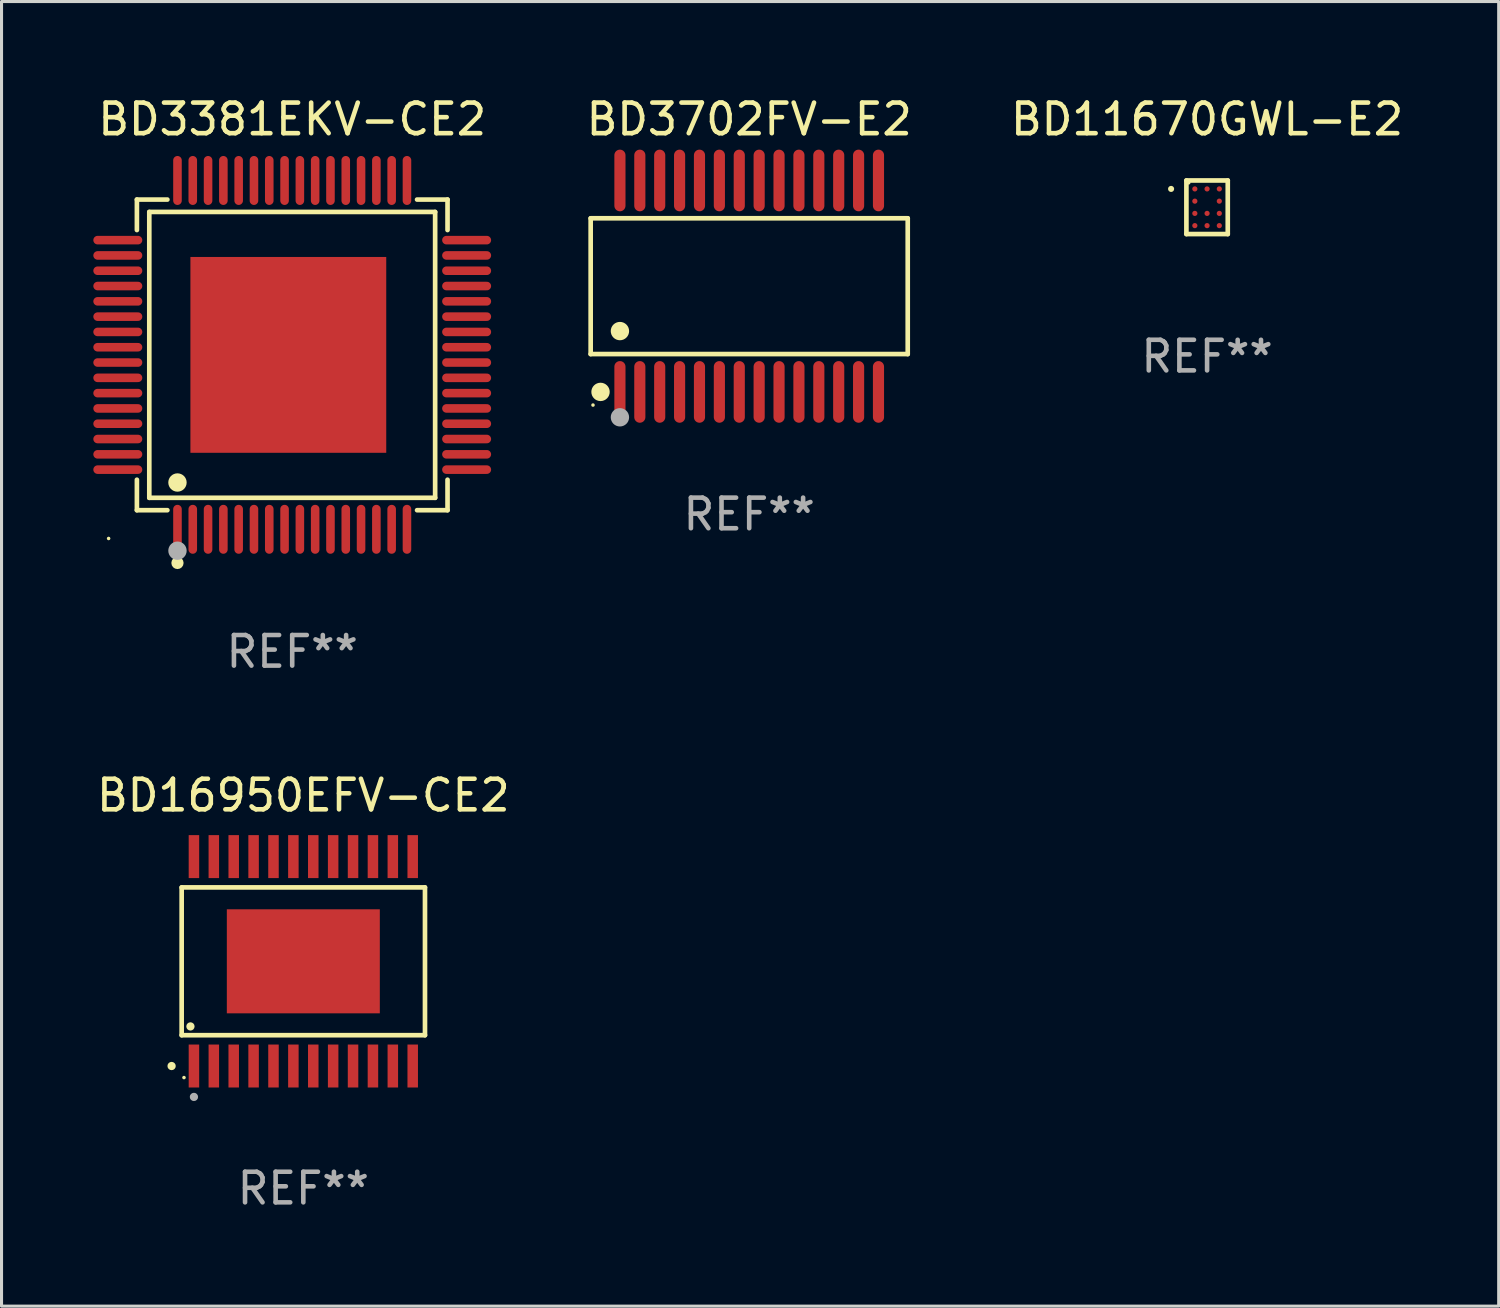
<source format=kicad_pcb>
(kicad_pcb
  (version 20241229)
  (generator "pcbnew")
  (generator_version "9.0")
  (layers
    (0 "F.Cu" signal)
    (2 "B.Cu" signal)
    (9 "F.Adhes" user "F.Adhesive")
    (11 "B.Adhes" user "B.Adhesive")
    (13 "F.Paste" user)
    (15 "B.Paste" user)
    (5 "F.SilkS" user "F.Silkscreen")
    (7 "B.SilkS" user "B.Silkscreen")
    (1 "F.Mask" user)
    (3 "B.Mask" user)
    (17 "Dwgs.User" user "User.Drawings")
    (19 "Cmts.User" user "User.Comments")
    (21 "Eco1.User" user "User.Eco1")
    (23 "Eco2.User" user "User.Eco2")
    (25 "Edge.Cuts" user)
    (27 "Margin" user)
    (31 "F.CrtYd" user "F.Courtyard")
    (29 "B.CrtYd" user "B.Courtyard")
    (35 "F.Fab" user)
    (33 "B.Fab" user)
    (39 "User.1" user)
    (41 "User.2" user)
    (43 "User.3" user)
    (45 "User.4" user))
  (footprint "BD16950EFV-CE2"
    (layer "F.Cu")
    (at 6.863 28.367)
    (property "Reference" "BD16950EFV-CE2" (at 0 -5.422 0) (layer "F.SilkS") (effects (font (size 1 1) (thickness 0.15))))
    (attr through_hole)
    (fp_line (start -3.976 -2.415) (end 3.976 -2.415) (stroke (width 0.152) (type solid)) (layer "F.SilkS"))
    (fp_line (start -3.976 2.415) (end -3.976 -2.415) (stroke (width 0.152) (type solid)) (layer "F.SilkS"))
    (fp_line (start 3.976 -2.415) (end 3.976 2.415) (stroke (width 0.152) (type solid)) (layer "F.SilkS"))
    (fp_line (start 3.976 2.415) (end -3.976 2.415) (stroke (width 0.152) (type solid)) (layer "F.SilkS"))
    (fp_circle (center -4.305 3.422) (end -4.237 3.422) (stroke (width 0.135) (type solid)) (fill no) (layer "F.SilkS"))
    (fp_circle (center -3.9 3.8) (end -3.87 3.8) (stroke (width 0.06) (type solid)) (fill no) (layer "F.SilkS"))
    (fp_circle (center -3.689 2.128) (end -3.621 2.128) (stroke (width 0.135) (type solid)) (fill no) (layer "F.SilkS"))
    (fp_circle (center -3.575 4.432) (end -3.507 4.432) (stroke (width 0.135) (type solid)) (fill no) (layer "F.Fab"))
    (fp_text user "REF**" (at 0 7.422 0) (layer "F.Fab") (effects (font (size 1 1) (thickness 0.15))))
    (pad "1" smd rect (at -3.575 3.422) (size 0.343 1.404) (layers "F.Cu" "F.Mask" "F.Paste"))
    (pad "2" smd rect (at -2.925 3.422) (size 0.343 1.404) (layers "F.Cu" "F.Mask" "F.Paste"))
    (pad "3" smd rect (at -2.275 3.422) (size 0.343 1.404) (layers "F.Cu" "F.Mask" "F.Paste"))
    (pad "4" smd rect (at -1.625 3.422) (size 0.343 1.404) (layers "F.Cu" "F.Mask" "F.Paste"))
    (pad "5" smd rect (at -0.975 3.422) (size 0.343 1.404) (layers "F.Cu" "F.Mask" "F.Paste"))
    (pad "6" smd rect (at -0.325 3.422) (size 0.343 1.404) (layers "F.Cu" "F.Mask" "F.Paste"))
    (pad "7" smd rect (at 0.325 3.422) (size 0.343 1.404) (layers "F.Cu" "F.Mask" "F.Paste"))
    (pad "8" smd rect (at 0.975 3.422) (size 0.343 1.404) (layers "F.Cu" "F.Mask" "F.Paste"))
    (pad "9" smd rect (at 1.625 3.422) (size 0.343 1.404) (layers "F.Cu" "F.Mask" "F.Paste"))
    (pad "10" smd rect (at 2.275 3.422) (size 0.343 1.404) (layers "F.Cu" "F.Mask" "F.Paste"))
    (pad "11" smd rect (at 2.925 3.422) (size 0.343 1.404) (layers "F.Cu" "F.Mask" "F.Paste"))
    (pad "12" smd rect (at 3.575 3.422) (size 0.343 1.404) (layers "F.Cu" "F.Mask" "F.Paste"))
    (pad "13" smd rect (at 3.575 -3.422) (size 0.343 1.404) (layers "F.Cu" "F.Mask" "F.Paste"))
    (pad "14" smd rect (at 2.925 -3.422) (size 0.343 1.404) (layers "F.Cu" "F.Mask" "F.Paste"))
    (pad "15" smd rect (at 2.275 -3.422) (size 0.343 1.404) (layers "F.Cu" "F.Mask" "F.Paste"))
    (pad "16" smd rect (at 1.625 -3.422) (size 0.343 1.404) (layers "F.Cu" "F.Mask" "F.Paste"))
    (pad "17" smd rect (at 0.975 -3.422) (size 0.343 1.404) (layers "F.Cu" "F.Mask" "F.Paste"))
    (pad "18" smd rect (at 0.325 -3.422) (size 0.343 1.404) (layers "F.Cu" "F.Mask" "F.Paste"))
    (pad "19" smd rect (at -0.325 -3.422) (size 0.343 1.404) (layers "F.Cu" "F.Mask" "F.Paste"))
    (pad "20" smd rect (at -0.975 -3.422) (size 0.343 1.404) (layers "F.Cu" "F.Mask" "F.Paste"))
    (pad "21" smd rect (at -1.625 -3.422) (size 0.343 1.404) (layers "F.Cu" "F.Mask" "F.Paste"))
    (pad "22" smd rect (at -2.275 -3.422) (size 0.343 1.404) (layers "F.Cu" "F.Mask" "F.Paste"))
    (pad "23" smd rect (at -2.925 -3.422) (size 0.343 1.404) (layers "F.Cu" "F.Mask" "F.Paste"))
    (pad "24" smd rect (at -3.575 -3.422) (size 0.343 1.404) (layers "F.Cu" "F.Mask" "F.Paste"))
    (pad "25" smd rect (at 0 0) (size 5 3.4) (layers "F.Cu" "F.Mask" "F.Paste")))
  (footprint "BD3702FV-E2"
    (layer "F.Cu")
    (at 21.435 6.303)
    (property "Reference" "BD3702FV-E2" (at 0 -5.455 0) (layer "F.SilkS") (effects (font (size 1 1) (thickness 0.15))))
    (attr through_hole)
    (fp_line (start -5.181 -2.219) (end 5.181 -2.219) (stroke (width 0.152) (type solid)) (layer "F.SilkS"))
    (fp_line (start -5.181 2.219) (end -5.181 -2.219) (stroke (width 0.152) (type solid)) (layer "F.SilkS"))
    (fp_line (start 5.181 -2.219) (end 5.181 2.219) (stroke (width 0.152) (type solid)) (layer "F.SilkS"))
    (fp_line (start 5.181 2.219) (end -5.181 2.219) (stroke (width 0.152) (type solid)) (layer "F.SilkS"))
    (fp_circle (center -5.105 3.885) (end -5.075 3.885) (stroke (width 0.06) (type solid)) (fill no) (layer "F.SilkS"))
    (fp_circle (center -4.859 3.455) (end -4.709 3.455) (stroke (width 0.3) (type solid)) (fill no) (layer "F.SilkS"))
    (fp_circle (center -4.225 1.467) (end -4.075 1.467) (stroke (width 0.3) (type solid)) (fill no) (layer "F.SilkS"))
    (fp_circle (center -4.225 4.285) (end -4.075 4.285) (stroke (width 0.3) (type solid)) (fill no) (layer "F.Fab"))
    (fp_text user "REF**" (at 0 7.455 0) (layer "F.Fab") (effects (font (size 1 1) (thickness 0.15))))
    (pad "1" smd oval (at -4.225 3.455) (size 0.364 2.015) (layers "F.Cu" "F.Mask" "F.Paste"))
    (pad "2" smd oval (at -3.575 3.455) (size 0.364 2.015) (layers "F.Cu" "F.Mask" "F.Paste"))
    (pad "3" smd oval (at -2.925 3.455) (size 0.364 2.015) (layers "F.Cu" "F.Mask" "F.Paste"))
    (pad "4" smd oval (at -2.275 3.455) (size 0.364 2.015) (layers "F.Cu" "F.Mask" "F.Paste"))
    (pad "5" smd oval (at -1.625 3.455) (size 0.364 2.015) (layers "F.Cu" "F.Mask" "F.Paste"))
    (pad "6" smd oval (at -0.975 3.455) (size 0.364 2.015) (layers "F.Cu" "F.Mask" "F.Paste"))
    (pad "7" smd oval (at -0.325 3.455) (size 0.364 2.015) (layers "F.Cu" "F.Mask" "F.Paste"))
    (pad "8" smd oval (at 0.325 3.455) (size 0.364 2.015) (layers "F.Cu" "F.Mask" "F.Paste"))
    (pad "9" smd oval (at 0.975 3.455) (size 0.364 2.015) (layers "F.Cu" "F.Mask" "F.Paste"))
    (pad "10" smd oval (at 1.625 3.455) (size 0.364 2.015) (layers "F.Cu" "F.Mask" "F.Paste"))
    (pad "11" smd oval (at 2.275 3.455) (size 0.364 2.015) (layers "F.Cu" "F.Mask" "F.Paste"))
    (pad "12" smd oval (at 2.925 3.455) (size 0.364 2.015) (layers "F.Cu" "F.Mask" "F.Paste"))
    (pad "13" smd oval (at 3.575 3.455) (size 0.364 2.015) (layers "F.Cu" "F.Mask" "F.Paste"))
    (pad "14" smd oval (at 4.225 3.455) (size 0.364 2.015) (layers "F.Cu" "F.Mask" "F.Paste"))
    (pad "15" smd oval (at 4.225 -3.455) (size 0.364 2.015) (layers "F.Cu" "F.Mask" "F.Paste"))
    (pad "16" smd oval (at 3.575 -3.455) (size 0.364 2.015) (layers "F.Cu" "F.Mask" "F.Paste"))
    (pad "17" smd oval (at 2.925 -3.455) (size 0.364 2.015) (layers "F.Cu" "F.Mask" "F.Paste"))
    (pad "18" smd oval (at 2.275 -3.455) (size 0.364 2.015) (layers "F.Cu" "F.Mask" "F.Paste"))
    (pad "19" smd oval (at 1.625 -3.455) (size 0.364 2.015) (layers "F.Cu" "F.Mask" "F.Paste"))
    (pad "20" smd oval (at 0.975 -3.455) (size 0.364 2.015) (layers "F.Cu" "F.Mask" "F.Paste"))
    (pad "21" smd oval (at 0.325 -3.455) (size 0.364 2.015) (layers "F.Cu" "F.Mask" "F.Paste"))
    (pad "22" smd oval (at -0.325 -3.455) (size 0.364 2.015) (layers "F.Cu" "F.Mask" "F.Paste"))
    (pad "23" smd oval (at -0.975 -3.455) (size 0.364 2.015) (layers "F.Cu" "F.Mask" "F.Paste"))
    (pad "24" smd oval (at -1.625 -3.455) (size 0.364 2.015) (layers "F.Cu" "F.Mask" "F.Paste"))
    (pad "25" smd oval (at -2.275 -3.455) (size 0.364 2.015) (layers "F.Cu" "F.Mask" "F.Paste"))
    (pad "26" smd oval (at -2.925 -3.455) (size 0.364 2.015) (layers "F.Cu" "F.Mask" "F.Paste"))
    (pad "27" smd oval (at -3.575 -3.455) (size 0.364 2.015) (layers "F.Cu" "F.Mask" "F.Paste"))
    (pad "28" smd oval (at -4.225 -3.455) (size 0.364 2.015) (layers "F.Cu" "F.Mask" "F.Paste")))
  (footprint "BD11670GWL-E2"
    (layer "F.Cu")
    (at 36.399 3.724)
    (property "Reference" "BD11670GWL-E2" (at 0 -2.876 0) (layer "F.SilkS") (effects (font (size 1 1) (thickness 0.15))))
    (attr through_hole)
    (fp_line (start -0.676 -0.876) (end 0.676 -0.876) (stroke (width 0.152) (type solid)) (layer "F.SilkS"))
    (fp_line (start -0.676 0.876) (end -0.676 -0.876) (stroke (width 0.152) (type solid)) (layer "F.SilkS"))
    (fp_line (start 0.676 -0.876) (end 0.676 0.876) (stroke (width 0.152) (type solid)) (layer "F.SilkS"))
    (fp_line (start 0.676 0.876) (end -0.676 0.876) (stroke (width 0.152) (type solid)) (layer "F.SilkS"))
    (fp_circle (center -1.176 -0.6) (end -1.126 -0.6) (stroke (width 0.1) (type solid)) (fill no) (layer "F.SilkS"))
    (fp_circle (center -0.6 -0.8) (end -0.57 -0.8) (stroke (width 0.06) (type solid)) (fill no) (layer "F.SilkS"))
    (fp_text user "REF**" (at 0 4.876 0) (layer "F.Fab") (effects (font (size 1 1) (thickness 0.15))))
    (pad "A1" smd circle (at -0.4 -0.6) (size 0.17 0.17) (layers "F.Cu" "F.Mask" "F.Paste"))
    (pad "A2" smd circle (at 0 -0.6) (size 0.17 0.17) (layers "F.Cu" "F.Mask" "F.Paste"))
    (pad "A3" smd circle (at 0.4 -0.6) (size 0.17 0.17) (layers "F.Cu" "F.Mask" "F.Paste"))
    (pad "B1" smd circle (at -0.4 -0.2) (size 0.17 0.17) (layers "F.Cu" "F.Mask" "F.Paste"))
    (pad "B3" smd circle (at 0.4 -0.2) (size 0.17 0.17) (layers "F.Cu" "F.Mask" "F.Paste"))
    (pad "C1" smd circle (at -0.4 0.2) (size 0.17 0.17) (layers "F.Cu" "F.Mask" "F.Paste"))
    (pad "C2" smd circle (at 0 0.2) (size 0.17 0.17) (layers "F.Cu" "F.Mask" "F.Paste"))
    (pad "C3" smd circle (at 0.4 0.2) (size 0.17 0.17) (layers "F.Cu" "F.Mask" "F.Paste"))
    (pad "D1" smd circle (at -0.4 0.6) (size 0.17 0.17) (layers "F.Cu" "F.Mask" "F.Paste"))
    (pad "D2" smd circle (at 0 0.6) (size 0.17 0.17) (layers "F.Cu" "F.Mask" "F.Paste"))
    (pad "D3" smd circle (at 0.4 0.6) (size 0.17 0.17) (layers "F.Cu" "F.Mask" "F.Paste")))
  (footprint "BD3381EKV-CE2"
    (layer "F.Cu")
    (at 6.5 8.548)
    (property "Reference" "BD3381EKV-CE2" (at 0 -7.7 0) (layer "F.SilkS") (effects (font (size 1 1) (thickness 0.15))))
    (attr through_hole)
    (fp_line (start -5.076 -5.076) (end -4.08 -5.076) (stroke (width 0.152) (type solid)) (layer "F.SilkS"))
    (fp_line (start -5.076 -4.08) (end -5.076 -5.076) (stroke (width 0.152) (type solid)) (layer "F.SilkS"))
    (fp_line (start -5.076 4.08) (end -5.076 5.076) (stroke (width 0.152) (type solid)) (layer "F.SilkS"))
    (fp_line (start -5.076 5.076) (end -4.08 5.076) (stroke (width 0.152) (type solid)) (layer "F.SilkS"))
    (fp_line (start -4.671 -4.671) (end 4.671 -4.671) (stroke (width 0.152) (type solid)) (layer "F.SilkS"))
    (fp_line (start -4.671 4.671) (end -4.671 -4.671) (stroke (width 0.152) (type solid)) (layer "F.SilkS"))
    (fp_line (start 4.671 -4.671) (end 4.671 4.671) (stroke (width 0.152) (type solid)) (layer "F.SilkS"))
    (fp_line (start 4.671 4.671) (end -4.671 4.671) (stroke (width 0.152) (type solid)) (layer "F.SilkS"))
    (fp_line (start 5.076 -5.076) (end 4.08 -5.076) (stroke (width 0.152) (type solid)) (layer "F.SilkS"))
    (fp_line (start 5.076 -4.08) (end 5.076 -5.076) (stroke (width 0.152) (type solid)) (layer "F.SilkS"))
    (fp_line (start 5.076 4.08) (end 5.076 5.076) (stroke (width 0.152) (type solid)) (layer "F.SilkS"))
    (fp_line (start 5.076 5.076) (end 4.08 5.076) (stroke (width 0.152) (type solid)) (layer "F.SilkS"))
    (fp_circle (center -6 6) (end -5.97 6) (stroke (width 0.06) (type solid)) (fill no) (layer "F.SilkS"))
    (fp_circle (center -3.75 4.171) (end -3.6 4.171) (stroke (width 0.3) (type solid)) (fill no) (layer "F.SilkS"))
    (fp_circle (center -3.75 6.8) (end -3.65 6.8) (stroke (width 0.2) (type solid)) (fill no) (layer "F.SilkS"))
    (fp_circle (center -3.75 6.4) (end -3.6 6.4) (stroke (width 0.3) (type solid)) (fill no) (layer "F.Fab"))
    (fp_text user "REF**" (at 0 9.7 0) (layer "F.Fab") (effects (font (size 1 1) (thickness 0.15))))
    (pad "1" smd oval (at -3.75 5.7) (size 0.28 1.6) (layers "F.Cu" "F.Mask" "F.Paste"))
    (pad "2" smd oval (at -3.25 5.7) (size 0.28 1.6) (layers "F.Cu" "F.Mask" "F.Paste"))
    (pad "3" smd oval (at -2.75 5.7) (size 0.28 1.6) (layers "F.Cu" "F.Mask" "F.Paste"))
    (pad "4" smd oval (at -2.25 5.7) (size 0.28 1.6) (layers "F.Cu" "F.Mask" "F.Paste"))
    (pad "5" smd oval (at -1.75 5.7) (size 0.28 1.6) (layers "F.Cu" "F.Mask" "F.Paste"))
    (pad "6" smd oval (at -1.25 5.7) (size 0.28 1.6) (layers "F.Cu" "F.Mask" "F.Paste"))
    (pad "7" smd oval (at -0.75 5.7) (size 0.28 1.6) (layers "F.Cu" "F.Mask" "F.Paste"))
    (pad "8" smd oval (at -0.25 5.7) (size 0.28 1.6) (layers "F.Cu" "F.Mask" "F.Paste"))
    (pad "9" smd oval (at 0.25 5.7) (size 0.28 1.6) (layers "F.Cu" "F.Mask" "F.Paste"))
    (pad "10" smd oval (at 0.75 5.7) (size 0.28 1.6) (layers "F.Cu" "F.Mask" "F.Paste"))
    (pad "11" smd oval (at 1.25 5.7) (size 0.28 1.6) (layers "F.Cu" "F.Mask" "F.Paste"))
    (pad "12" smd oval (at 1.75 5.7) (size 0.28 1.6) (layers "F.Cu" "F.Mask" "F.Paste"))
    (pad "13" smd oval (at 2.25 5.7) (size 0.28 1.6) (layers "F.Cu" "F.Mask" "F.Paste"))
    (pad "14" smd oval (at 2.75 5.7) (size 0.28 1.6) (layers "F.Cu" "F.Mask" "F.Paste"))
    (pad "15" smd oval (at 3.25 5.7) (size 0.28 1.6) (layers "F.Cu" "F.Mask" "F.Paste"))
    (pad "16" smd oval (at 3.75 5.7) (size 0.28 1.6) (layers "F.Cu" "F.Mask" "F.Paste"))
    (pad "17" smd oval (at 5.7 3.75) (size 1.6 0.28) (layers "F.Cu" "F.Mask" "F.Paste"))
    (pad "18" smd oval (at 5.7 3.25) (size 1.6 0.28) (layers "F.Cu" "F.Mask" "F.Paste"))
    (pad "19" smd oval (at 5.7 2.75) (size 1.6 0.28) (layers "F.Cu" "F.Mask" "F.Paste"))
    (pad "20" smd oval (at 5.7 2.25) (size 1.6 0.28) (layers "F.Cu" "F.Mask" "F.Paste"))
    (pad "21" smd oval (at 5.7 1.75) (size 1.6 0.28) (layers "F.Cu" "F.Mask" "F.Paste"))
    (pad "22" smd oval (at 5.7 1.25) (size 1.6 0.28) (layers "F.Cu" "F.Mask" "F.Paste"))
    (pad "23" smd oval (at 5.7 0.75) (size 1.6 0.28) (layers "F.Cu" "F.Mask" "F.Paste"))
    (pad "24" smd oval (at 5.7 0.25) (size 1.6 0.28) (layers "F.Cu" "F.Mask" "F.Paste"))
    (pad "25" smd oval (at 5.7 -0.25) (size 1.6 0.28) (layers "F.Cu" "F.Mask" "F.Paste"))
    (pad "26" smd oval (at 5.7 -0.75) (size 1.6 0.28) (layers "F.Cu" "F.Mask" "F.Paste"))
    (pad "27" smd oval (at 5.7 -1.25) (size 1.6 0.28) (layers "F.Cu" "F.Mask" "F.Paste"))
    (pad "28" smd oval (at 5.7 -1.75) (size 1.6 0.28) (layers "F.Cu" "F.Mask" "F.Paste"))
    (pad "29" smd oval (at 5.7 -2.25) (size 1.6 0.28) (layers "F.Cu" "F.Mask" "F.Paste"))
    (pad "30" smd oval (at 5.7 -2.75) (size 1.6 0.28) (layers "F.Cu" "F.Mask" "F.Paste"))
    (pad "31" smd oval (at 5.7 -3.25) (size 1.6 0.28) (layers "F.Cu" "F.Mask" "F.Paste"))
    (pad "32" smd oval (at 5.7 -3.75) (size 1.6 0.28) (layers "F.Cu" "F.Mask" "F.Paste"))
    (pad "33" smd oval (at 3.75 -5.7) (size 0.28 1.6) (layers "F.Cu" "F.Mask" "F.Paste"))
    (pad "34" smd oval (at 3.25 -5.7) (size 0.28 1.6) (layers "F.Cu" "F.Mask" "F.Paste"))
    (pad "35" smd oval (at 2.75 -5.7) (size 0.28 1.6) (layers "F.Cu" "F.Mask" "F.Paste"))
    (pad "36" smd oval (at 2.25 -5.7) (size 0.28 1.6) (layers "F.Cu" "F.Mask" "F.Paste"))
    (pad "37" smd oval (at 1.75 -5.7) (size 0.28 1.6) (layers "F.Cu" "F.Mask" "F.Paste"))
    (pad "38" smd oval (at 1.25 -5.7) (size 0.28 1.6) (layers "F.Cu" "F.Mask" "F.Paste"))
    (pad "39" smd oval (at 0.75 -5.7) (size 0.28 1.6) (layers "F.Cu" "F.Mask" "F.Paste"))
    (pad "40" smd oval (at 0.25 -5.7) (size 0.28 1.6) (layers "F.Cu" "F.Mask" "F.Paste"))
    (pad "41" smd oval (at -0.25 -5.7) (size 0.28 1.6) (layers "F.Cu" "F.Mask" "F.Paste"))
    (pad "42" smd oval (at -0.75 -5.7) (size 0.28 1.6) (layers "F.Cu" "F.Mask" "F.Paste"))
    (pad "43" smd oval (at -1.25 -5.7) (size 0.28 1.6) (layers "F.Cu" "F.Mask" "F.Paste"))
    (pad "44" smd oval (at -1.75 -5.7) (size 0.28 1.6) (layers "F.Cu" "F.Mask" "F.Paste"))
    (pad "45" smd oval (at -2.25 -5.7) (size 0.28 1.6) (layers "F.Cu" "F.Mask" "F.Paste"))
    (pad "46" smd oval (at -2.75 -5.7) (size 0.28 1.6) (layers "F.Cu" "F.Mask" "F.Paste"))
    (pad "47" smd oval (at -3.25 -5.7) (size 0.28 1.6) (layers "F.Cu" "F.Mask" "F.Paste"))
    (pad "48" smd oval (at -3.75 -5.7) (size 0.28 1.6) (layers "F.Cu" "F.Mask" "F.Paste"))
    (pad "49" smd oval (at -5.7 -3.75) (size 1.6 0.28) (layers "F.Cu" "F.Mask" "F.Paste"))
    (pad "50" smd oval (at -5.7 -3.25) (size 1.6 0.28) (layers "F.Cu" "F.Mask" "F.Paste"))
    (pad "51" smd oval (at -5.7 -2.75) (size 1.6 0.28) (layers "F.Cu" "F.Mask" "F.Paste"))
    (pad "52" smd oval (at -5.7 -2.25) (size 1.6 0.28) (layers "F.Cu" "F.Mask" "F.Paste"))
    (pad "53" smd oval (at -5.7 -1.75) (size 1.6 0.28) (layers "F.Cu" "F.Mask" "F.Paste"))
    (pad "54" smd oval (at -5.7 -1.25) (size 1.6 0.28) (layers "F.Cu" "F.Mask" "F.Paste"))
    (pad "55" smd oval (at -5.7 -0.75) (size 1.6 0.28) (layers "F.Cu" "F.Mask" "F.Paste"))
    (pad "56" smd oval (at -5.7 -0.25) (size 1.6 0.28) (layers "F.Cu" "F.Mask" "F.Paste"))
    (pad "57" smd oval (at -5.7 0.25) (size 1.6 0.28) (layers "F.Cu" "F.Mask" "F.Paste"))
    (pad "58" smd oval (at -5.7 0.75) (size 1.6 0.28) (layers "F.Cu" "F.Mask" "F.Paste"))
    (pad "59" smd oval (at -5.7 1.25) (size 1.6 0.28) (layers "F.Cu" "F.Mask" "F.Paste"))
    (pad "60" smd oval (at -5.7 1.75) (size 1.6 0.28) (layers "F.Cu" "F.Mask" "F.Paste"))
    (pad "61" smd oval (at -5.7 2.25) (size 1.6 0.28) (layers "F.Cu" "F.Mask" "F.Paste"))
    (pad "62" smd oval (at -5.7 2.75) (size 1.6 0.28) (layers "F.Cu" "F.Mask" "F.Paste"))
    (pad "63" smd oval (at -5.7 3.25) (size 1.6 0.28) (layers "F.Cu" "F.Mask" "F.Paste"))
    (pad "64" smd oval (at -5.7 3.75) (size 1.6 0.28) (layers "F.Cu" "F.Mask" "F.Paste"))
    (pad "65" smd rect (at -0.127 0) (size 6.4 6.4) (layers "F.Cu" "F.Mask" "F.Paste")))
  (gr_rect
    (start -3 -3)
    (end 45.929 39.637)
    (stroke (width 0.1) (type default))
    (fill no)
    (layer "Edge.Cuts")))
</source>
